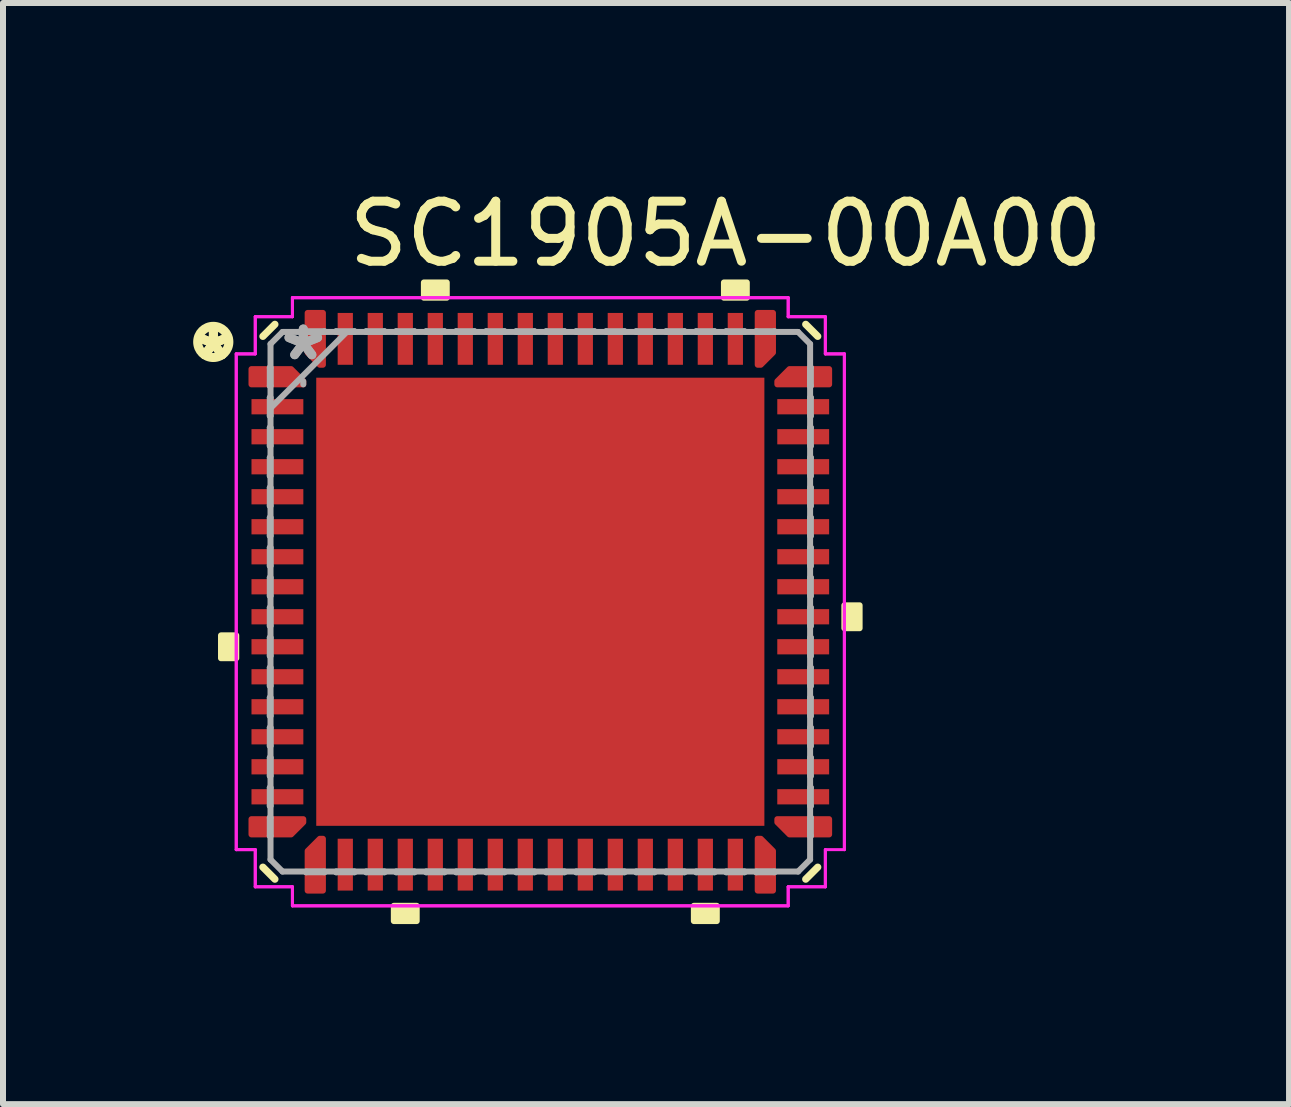
<source format=kicad_pcb>
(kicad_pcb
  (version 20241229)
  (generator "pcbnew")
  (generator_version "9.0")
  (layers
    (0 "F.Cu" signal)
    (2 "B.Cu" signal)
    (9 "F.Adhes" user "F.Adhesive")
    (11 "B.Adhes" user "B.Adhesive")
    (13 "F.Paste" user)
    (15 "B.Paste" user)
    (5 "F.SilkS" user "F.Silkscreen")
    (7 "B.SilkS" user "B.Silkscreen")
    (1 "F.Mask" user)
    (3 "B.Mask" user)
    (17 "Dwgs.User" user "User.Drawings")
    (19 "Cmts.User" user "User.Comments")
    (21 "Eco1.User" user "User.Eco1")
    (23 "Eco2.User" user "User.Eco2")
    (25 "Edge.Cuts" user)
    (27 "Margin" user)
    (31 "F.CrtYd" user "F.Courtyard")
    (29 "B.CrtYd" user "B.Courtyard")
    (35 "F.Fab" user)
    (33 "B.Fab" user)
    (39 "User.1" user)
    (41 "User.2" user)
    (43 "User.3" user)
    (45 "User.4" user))
  (footprint "SC1905A-00A00"
    (layer "F.Cu")
    (at 5.954 6.978)
    (property "Reference" "SC1905A-00A00" (at 3.09 -6.13 0) (layer "F.SilkS") (effects (font (size 1 1) (thickness 0.15))))
    (attr through_hole)
    (fp_poly (pts (xy -4.813 -3.877) (xy -4.813 -3.623) (xy -3.95 -3.623) (xy -3.95 -3.674) (xy -4.153 -3.877)) (stroke (width 0.1) (type solid)) (fill yes) (layer "F.Cu"))
    (fp_poly (pts (xy -4.813 3.623) (xy -4.813 3.877) (xy -4.153 3.877) (xy -3.95 3.674) (xy -3.95 3.623)) (stroke (width 0.1) (type solid)) (fill yes) (layer "F.Cu"))
    (fp_poly (pts (xy -3.877 4.153) (xy -3.877 4.813) (xy -3.623 4.813) (xy -3.623 3.95) (xy -3.674 3.95)) (stroke (width 0.1) (type solid)) (fill yes) (layer "F.Cu"))
    (fp_poly (pts (xy -3.877 -4.813) (xy -3.877 -4.153) (xy -3.674 -3.95) (xy -3.623 -3.95) (xy -3.623 -4.813)) (stroke (width 0.1) (type solid)) (fill yes) (layer "F.Cu"))
    (fp_poly (pts (xy 3.623 -4.813) (xy 3.623 -3.95) (xy 3.674 -3.95) (xy 3.877 -4.153) (xy 3.877 -4.813)) (stroke (width 0.1) (type solid)) (fill yes) (layer "F.Cu"))
    (fp_poly (pts (xy 3.623 3.95) (xy 3.623 4.813) (xy 3.877 4.813) (xy 3.877 4.153) (xy 3.674 3.95)) (stroke (width 0.1) (type solid)) (fill yes) (layer "F.Cu"))
    (fp_poly (pts (xy 3.95 -3.674) (xy 3.95 -3.623) (xy 4.813 -3.623) (xy 4.813 -3.877) (xy 4.153 -3.877)) (stroke (width 0.1) (type solid)) (fill yes) (layer "F.Cu"))
    (fp_poly (pts (xy 3.95 3.623) (xy 3.95 3.674) (xy 4.153 3.877) (xy 4.813 3.877) (xy 4.813 3.623)) (stroke (width 0.1) (type solid)) (fill yes) (layer "F.Cu"))
    (fp_poly (pts (xy -4.813 -3.877) (xy -4.813 -3.623) (xy -3.95 -3.623) (xy -3.95 -3.674) (xy -4.153 -3.877)) (stroke (width 0.1) (type solid)) (fill yes) (layer "F.Mask"))
    (fp_poly (pts (xy -4.813 3.623) (xy -4.813 3.877) (xy -4.153 3.877) (xy -3.95 3.674) (xy -3.95 3.623)) (stroke (width 0.1) (type solid)) (fill yes) (layer "F.Mask"))
    (fp_poly (pts (xy -3.877 4.153) (xy -3.877 4.813) (xy -3.623 4.813) (xy -3.623 3.95) (xy -3.674 3.95)) (stroke (width 0.1) (type solid)) (fill yes) (layer "F.Mask"))
    (fp_poly (pts (xy -3.877 -4.813) (xy -3.877 -4.153) (xy -3.674 -3.95) (xy -3.623 -3.95) (xy -3.623 -4.813)) (stroke (width 0.1) (type solid)) (fill yes) (layer "F.Mask"))
    (fp_poly (pts (xy 3.623 -4.813) (xy 3.623 -3.95) (xy 3.674 -3.95) (xy 3.877 -4.153) (xy 3.877 -4.813)) (stroke (width 0.1) (type solid)) (fill yes) (layer "F.Mask"))
    (fp_poly (pts (xy 3.623 3.95) (xy 3.623 4.813) (xy 3.877 4.813) (xy 3.877 4.153) (xy 3.674 3.95)) (stroke (width 0.1) (type solid)) (fill yes) (layer "F.Mask"))
    (fp_poly (pts (xy 3.95 -3.674) (xy 3.95 -3.623) (xy 4.813 -3.623) (xy 4.813 -3.877) (xy 4.153 -3.877)) (stroke (width 0.1) (type solid)) (fill yes) (layer "F.Mask"))
    (fp_poly (pts (xy 3.95 3.623) (xy 3.95 3.674) (xy 4.153 3.877) (xy 4.813 3.877) (xy 4.813 3.623)) (stroke (width 0.1) (type solid)) (fill yes) (layer "F.Mask"))
    (fp_line (start -4.623 4.423) (end -4.423 4.623) (stroke (width 0.12) (type solid)) (layer "F.SilkS"))
    (fp_line (start -4.423 -4.623) (end -4.623 -4.423) (stroke (width 0.12) (type solid)) (layer "F.SilkS"))
    (fp_line (start 4.423 4.623) (end 4.623 4.423) (stroke (width 0.12) (type solid)) (layer "F.SilkS"))
    (fp_line (start 4.623 -4.423) (end 4.423 -4.623) (stroke (width 0.12) (type solid)) (layer "F.SilkS"))
    (fp_circle (center -5.45 -4.33) (end -5.19 -4.33) (stroke (width 0.15) (type solid)) (fill no) (layer "F.SilkS"))
    (fp_poly (pts (xy -5.321 0.56) (xy -5.321 0.941) (xy -5.067 0.941) (xy -5.067 0.56)) (stroke (width 0.1) (type solid)) (fill yes) (layer "F.SilkS"))
    (fp_poly (pts (xy -2.441 5.067) (xy -2.441 5.321) (xy -2.06 5.321) (xy -2.06 5.067)) (stroke (width 0.1) (type solid)) (fill yes) (layer "F.SilkS"))
    (fp_poly (pts (xy -1.94 -5.067) (xy -1.94 -5.321) (xy -1.559 -5.321) (xy -1.559 -5.067)) (stroke (width 0.1) (type solid)) (fill yes) (layer "F.SilkS"))
    (fp_poly (pts (xy 2.559 5.067) (xy 2.559 5.321) (xy 2.941 5.321) (xy 2.941 5.067)) (stroke (width 0.1) (type solid)) (fill yes) (layer "F.SilkS"))
    (fp_poly (pts (xy 3.06 -5.067) (xy 3.06 -5.321) (xy 3.441 -5.321) (xy 3.441 -5.067)) (stroke (width 0.1) (type solid)) (fill yes) (layer "F.SilkS"))
    (fp_poly (pts (xy 5.321 0.059) (xy 5.321 0.441) (xy 5.067 0.441) (xy 5.067 0.059)) (stroke (width 0.1) (type solid)) (fill yes) (layer "F.SilkS"))
    (fp_poly (pts (xy -3.634 -3.634) (xy -3.634 -2.34) (xy -2.34 -2.34) (xy -2.34 -3.634)) (stroke (width 0.1) (type solid)) (fill yes) (layer "F.Paste"))
    (fp_poly (pts (xy -3.634 -2.14) (xy -3.634 -0.847) (xy -2.34 -0.847) (xy -2.34 -2.14)) (stroke (width 0.1) (type solid)) (fill yes) (layer "F.Paste"))
    (fp_poly (pts (xy -3.634 -0.647) (xy -3.634 0.647) (xy -2.34 0.647) (xy -2.34 -0.647)) (stroke (width 0.1) (type solid)) (fill yes) (layer "F.Paste"))
    (fp_poly (pts (xy -3.634 0.847) (xy -3.634 2.14) (xy -2.34 2.14) (xy -2.34 0.847)) (stroke (width 0.1) (type solid)) (fill yes) (layer "F.Paste"))
    (fp_poly (pts (xy -3.634 2.34) (xy -3.634 3.634) (xy -2.34 3.634) (xy -2.34 2.34)) (stroke (width 0.1) (type solid)) (fill yes) (layer "F.Paste"))
    (fp_poly (pts (xy -2.14 -3.634) (xy -2.14 -2.34) (xy -0.847 -2.34) (xy -0.847 -3.634)) (stroke (width 0.1) (type solid)) (fill yes) (layer "F.Paste"))
    (fp_poly (pts (xy -2.14 -2.14) (xy -2.14 -0.847) (xy -0.847 -0.847) (xy -0.847 -2.14)) (stroke (width 0.1) (type solid)) (fill yes) (layer "F.Paste"))
    (fp_poly (pts (xy -2.14 -0.647) (xy -2.14 0.647) (xy -0.847 0.647) (xy -0.847 -0.647)) (stroke (width 0.1) (type solid)) (fill yes) (layer "F.Paste"))
    (fp_poly (pts (xy -2.14 0.847) (xy -2.14 2.14) (xy -0.847 2.14) (xy -0.847 0.847)) (stroke (width 0.1) (type solid)) (fill yes) (layer "F.Paste"))
    (fp_poly (pts (xy -2.14 2.34) (xy -2.14 3.634) (xy -0.847 3.634) (xy -0.847 2.34)) (stroke (width 0.1) (type solid)) (fill yes) (layer "F.Paste"))
    (fp_poly (pts (xy -0.647 -3.634) (xy -0.647 -2.34) (xy 0.647 -2.34) (xy 0.647 -3.634)) (stroke (width 0.1) (type solid)) (fill yes) (layer "F.Paste"))
    (fp_poly (pts (xy -0.647 -2.14) (xy -0.647 -0.847) (xy 0.647 -0.847) (xy 0.647 -2.14)) (stroke (width 0.1) (type solid)) (fill yes) (layer "F.Paste"))
    (fp_poly (pts (xy -0.647 -0.647) (xy -0.647 0.647) (xy 0.647 0.647) (xy 0.647 -0.647)) (stroke (width 0.1) (type solid)) (fill yes) (layer "F.Paste"))
    (fp_poly (pts (xy -0.647 0.847) (xy -0.647 2.14) (xy 0.647 2.14) (xy 0.647 0.847)) (stroke (width 0.1) (type solid)) (fill yes) (layer "F.Paste"))
    (fp_poly (pts (xy -0.647 2.34) (xy -0.647 3.634) (xy 0.647 3.634) (xy 0.647 2.34)) (stroke (width 0.1) (type solid)) (fill yes) (layer "F.Paste"))
    (fp_poly (pts (xy 0.847 -3.634) (xy 0.847 -2.34) (xy 2.14 -2.34) (xy 2.14 -3.634)) (stroke (width 0.1) (type solid)) (fill yes) (layer "F.Paste"))
    (fp_poly (pts (xy 0.847 -2.14) (xy 0.847 -0.847) (xy 2.14 -0.847) (xy 2.14 -2.14)) (stroke (width 0.1) (type solid)) (fill yes) (layer "F.Paste"))
    (fp_poly (pts (xy 0.847 -0.647) (xy 0.847 0.647) (xy 2.14 0.647) (xy 2.14 -0.647)) (stroke (width 0.1) (type solid)) (fill yes) (layer "F.Paste"))
    (fp_poly (pts (xy 0.847 0.847) (xy 0.847 2.14) (xy 2.14 2.14) (xy 2.14 0.847)) (stroke (width 0.1) (type solid)) (fill yes) (layer "F.Paste"))
    (fp_poly (pts (xy 0.847 2.34) (xy 0.847 3.634) (xy 2.14 3.634) (xy 2.14 2.34)) (stroke (width 0.1) (type solid)) (fill yes) (layer "F.Paste"))
    (fp_poly (pts (xy 2.34 -3.634) (xy 2.34 -2.34) (xy 3.634 -2.34) (xy 3.634 -3.634)) (stroke (width 0.1) (type solid)) (fill yes) (layer "F.Paste"))
    (fp_poly (pts (xy 2.34 -2.14) (xy 2.34 -0.847) (xy 3.634 -0.847) (xy 3.634 -2.14)) (stroke (width 0.1) (type solid)) (fill yes) (layer "F.Paste"))
    (fp_poly (pts (xy 2.34 -0.647) (xy 2.34 0.647) (xy 3.634 0.647) (xy 3.634 -0.647)) (stroke (width 0.1) (type solid)) (fill yes) (layer "F.Paste"))
    (fp_poly (pts (xy 2.34 0.847) (xy 2.34 2.14) (xy 3.634 2.14) (xy 3.634 0.847)) (stroke (width 0.1) (type solid)) (fill yes) (layer "F.Paste"))
    (fp_poly (pts (xy 2.34 2.34) (xy 2.34 3.634) (xy 3.634 3.634) (xy 3.634 2.34)) (stroke (width 0.1) (type solid)) (fill yes) (layer "F.Paste"))
    (fp_poly (pts (xy -4.813 -3.877) (xy -4.813 -3.623) (xy -3.95 -3.623) (xy -3.95 -3.674) (xy -4.153 -3.877)) (stroke (width 0.1) (type solid)) (fill yes) (layer "F.Paste"))
    (fp_poly (pts (xy -4.813 3.623) (xy -4.813 3.877) (xy -4.153 3.877) (xy -3.95 3.674) (xy -3.95 3.623)) (stroke (width 0.1) (type solid)) (fill yes) (layer "F.Paste"))
    (fp_poly (pts (xy -3.877 4.153) (xy -3.877 4.813) (xy -3.623 4.813) (xy -3.623 3.95) (xy -3.674 3.95)) (stroke (width 0.1) (type solid)) (fill yes) (layer "F.Paste"))
    (fp_poly (pts (xy -3.877 -4.813) (xy -3.877 -4.153) (xy -3.674 -3.95) (xy -3.623 -3.95) (xy -3.623 -4.813)) (stroke (width 0.1) (type solid)) (fill yes) (layer "F.Paste"))
    (fp_poly (pts (xy 3.623 -4.813) (xy 3.623 -3.95) (xy 3.674 -3.95) (xy 3.877 -4.153) (xy 3.877 -4.813)) (stroke (width 0.1) (type solid)) (fill yes) (layer "F.Paste"))
    (fp_poly (pts (xy 3.623 3.95) (xy 3.623 4.813) (xy 3.877 4.813) (xy 3.877 4.153) (xy 3.674 3.95)) (stroke (width 0.1) (type solid)) (fill yes) (layer "F.Paste"))
    (fp_poly (pts (xy 3.95 -3.674) (xy 3.95 -3.623) (xy 4.813 -3.623) (xy 4.813 -3.877) (xy 4.153 -3.877)) (stroke (width 0.1) (type solid)) (fill yes) (layer "F.Paste"))
    (fp_poly (pts (xy 3.95 3.623) (xy 3.95 3.674) (xy 4.153 3.877) (xy 4.813 3.877) (xy 4.813 3.623)) (stroke (width 0.1) (type solid)) (fill yes) (layer "F.Paste"))
    (fp_line (start -5.067 -4.131) (end -4.75 -4.131) (stroke (width 0.05) (type solid)) (layer "F.CrtYd"))
    (fp_line (start -5.067 -4.131) (end -4.75 -4.131) (stroke (width 0.05) (type solid)) (layer "F.CrtYd"))
    (fp_line (start -5.067 4.131) (end -5.067 -4.131) (stroke (width 0.05) (type solid)) (layer "F.CrtYd"))
    (fp_line (start -5.067 4.131) (end -5.067 -4.131) (stroke (width 0.05) (type solid)) (layer "F.CrtYd"))
    (fp_line (start -4.75 -4.75) (end -4.131 -4.75) (stroke (width 0.05) (type solid)) (layer "F.CrtYd"))
    (fp_line (start -4.75 -4.75) (end -4.131 -4.75) (stroke (width 0.05) (type solid)) (layer "F.CrtYd"))
    (fp_line (start -4.75 -4.131) (end -4.75 -4.75) (stroke (width 0.05) (type solid)) (layer "F.CrtYd"))
    (fp_line (start -4.75 -4.131) (end -4.75 -4.75) (stroke (width 0.05) (type solid)) (layer "F.CrtYd"))
    (fp_line (start -4.75 4.131) (end -5.067 4.131) (stroke (width 0.05) (type solid)) (layer "F.CrtYd"))
    (fp_line (start -4.75 4.131) (end -5.067 4.131) (stroke (width 0.05) (type solid)) (layer "F.CrtYd"))
    (fp_line (start -4.75 4.75) (end -4.75 4.131) (stroke (width 0.05) (type solid)) (layer "F.CrtYd"))
    (fp_line (start -4.75 4.75) (end -4.75 4.131) (stroke (width 0.05) (type solid)) (layer "F.CrtYd"))
    (fp_line (start -4.131 -5.067) (end 4.131 -5.067) (stroke (width 0.05) (type solid)) (layer "F.CrtYd"))
    (fp_line (start -4.131 -5.067) (end 4.131 -5.067) (stroke (width 0.05) (type solid)) (layer "F.CrtYd"))
    (fp_line (start -4.131 -4.75) (end -4.131 -5.067) (stroke (width 0.05) (type solid)) (layer "F.CrtYd"))
    (fp_line (start -4.131 -4.75) (end -4.131 -5.067) (stroke (width 0.05) (type solid)) (layer "F.CrtYd"))
    (fp_line (start -4.131 4.75) (end -4.75 4.75) (stroke (width 0.05) (type solid)) (layer "F.CrtYd"))
    (fp_line (start -4.131 4.75) (end -4.75 4.75) (stroke (width 0.05) (type solid)) (layer "F.CrtYd"))
    (fp_line (start -4.131 5.067) (end -4.131 4.75) (stroke (width 0.05) (type solid)) (layer "F.CrtYd"))
    (fp_line (start -4.131 5.067) (end -4.131 4.75) (stroke (width 0.05) (type solid)) (layer "F.CrtYd"))
    (fp_line (start 4.131 -5.067) (end 4.131 -4.75) (stroke (width 0.05) (type solid)) (layer "F.CrtYd"))
    (fp_line (start 4.131 -5.067) (end 4.131 -4.75) (stroke (width 0.05) (type solid)) (layer "F.CrtYd"))
    (fp_line (start 4.131 -4.75) (end 4.75 -4.75) (stroke (width 0.05) (type solid)) (layer "F.CrtYd"))
    (fp_line (start 4.131 -4.75) (end 4.75 -4.75) (stroke (width 0.05) (type solid)) (layer "F.CrtYd"))
    (fp_line (start 4.131 4.75) (end 4.131 5.067) (stroke (width 0.05) (type solid)) (layer "F.CrtYd"))
    (fp_line (start 4.131 4.75) (end 4.131 5.067) (stroke (width 0.05) (type solid)) (layer "F.CrtYd"))
    (fp_line (start 4.131 5.067) (end -4.131 5.067) (stroke (width 0.05) (type solid)) (layer "F.CrtYd"))
    (fp_line (start 4.131 5.067) (end -4.131 5.067) (stroke (width 0.05) (type solid)) (layer "F.CrtYd"))
    (fp_line (start 4.75 -4.75) (end 4.75 -4.131) (stroke (width 0.05) (type solid)) (layer "F.CrtYd"))
    (fp_line (start 4.75 -4.75) (end 4.75 -4.131) (stroke (width 0.05) (type solid)) (layer "F.CrtYd"))
    (fp_line (start 4.75 -4.131) (end 5.067 -4.131) (stroke (width 0.05) (type solid)) (layer "F.CrtYd"))
    (fp_line (start 4.75 -4.131) (end 5.067 -4.131) (stroke (width 0.05) (type solid)) (layer "F.CrtYd"))
    (fp_line (start 4.75 4.131) (end 4.75 4.75) (stroke (width 0.05) (type solid)) (layer "F.CrtYd"))
    (fp_line (start 4.75 4.131) (end 4.75 4.75) (stroke (width 0.05) (type solid)) (layer "F.CrtYd"))
    (fp_line (start 4.75 4.75) (end 4.131 4.75) (stroke (width 0.05) (type solid)) (layer "F.CrtYd"))
    (fp_line (start 4.75 4.75) (end 4.131 4.75) (stroke (width 0.05) (type solid)) (layer "F.CrtYd"))
    (fp_line (start 5.067 -4.131) (end 5.067 4.131) (stroke (width 0.05) (type solid)) (layer "F.CrtYd"))
    (fp_line (start 5.067 -4.131) (end 5.067 4.131) (stroke (width 0.05) (type solid)) (layer "F.CrtYd"))
    (fp_line (start 5.067 4.131) (end 4.75 4.131) (stroke (width 0.05) (type solid)) (layer "F.CrtYd"))
    (fp_line (start -4.508 -3.902) (end -4.508 -3.598) (stroke (width 0.1) (type solid)) (layer "F.Fab"))
    (fp_line (start -4.508 -3.598) (end -4.496 -3.598) (stroke (width 0.1) (type solid)) (layer "F.Fab"))
    (fp_line (start -4.508 -3.402) (end -4.508 -3.098) (stroke (width 0.1) (type solid)) (layer "F.Fab"))
    (fp_line (start -4.508 -3.098) (end -4.496 -3.098) (stroke (width 0.1) (type solid)) (layer "F.Fab"))
    (fp_line (start -4.508 -2.902) (end -4.508 -2.598) (stroke (width 0.1) (type solid)) (layer "F.Fab"))
    (fp_line (start -4.508 -2.598) (end -4.496 -2.598) (stroke (width 0.1) (type solid)) (layer "F.Fab"))
    (fp_line (start -4.508 -2.402) (end -4.508 -2.098) (stroke (width 0.1) (type solid)) (layer "F.Fab"))
    (fp_line (start -4.508 -2.098) (end -4.496 -2.098) (stroke (width 0.1) (type solid)) (layer "F.Fab"))
    (fp_line (start -4.508 -1.902) (end -4.508 -1.598) (stroke (width 0.1) (type solid)) (layer "F.Fab"))
    (fp_line (start -4.508 -1.598) (end -4.496 -1.598) (stroke (width 0.1) (type solid)) (layer "F.Fab"))
    (fp_line (start -4.508 -1.402) (end -4.508 -1.098) (stroke (width 0.1) (type solid)) (layer "F.Fab"))
    (fp_line (start -4.508 -1.098) (end -4.496 -1.098) (stroke (width 0.1) (type solid)) (layer "F.Fab"))
    (fp_line (start -4.508 -0.902) (end -4.508 -0.598) (stroke (width 0.1) (type solid)) (layer "F.Fab"))
    (fp_line (start -4.508 -0.598) (end -4.496 -0.598) (stroke (width 0.1) (type solid)) (layer "F.Fab"))
    (fp_line (start -4.508 -0.402) (end -4.508 -0.098) (stroke (width 0.1) (type solid)) (layer "F.Fab"))
    (fp_line (start -4.508 -0.098) (end -4.496 -0.098) (stroke (width 0.1) (type solid)) (layer "F.Fab"))
    (fp_line (start -4.508 0.098) (end -4.508 0.402) (stroke (width 0.1) (type solid)) (layer "F.Fab"))
    (fp_line (start -4.508 0.402) (end -4.496 0.402) (stroke (width 0.1) (type solid)) (layer "F.Fab"))
    (fp_line (start -4.508 0.598) (end -4.508 0.902) (stroke (width 0.1) (type solid)) (layer "F.Fab"))
    (fp_line (start -4.508 0.902) (end -4.496 0.902) (stroke (width 0.1) (type solid)) (layer "F.Fab"))
    (fp_line (start -4.508 1.098) (end -4.508 1.402) (stroke (width 0.1) (type solid)) (layer "F.Fab"))
    (fp_line (start -4.508 1.402) (end -4.496 1.402) (stroke (width 0.1) (type solid)) (layer "F.Fab"))
    (fp_line (start -4.508 1.598) (end -4.508 1.902) (stroke (width 0.1) (type solid)) (layer "F.Fab"))
    (fp_line (start -4.508 1.902) (end -4.496 1.902) (stroke (width 0.1) (type solid)) (layer "F.Fab"))
    (fp_line (start -4.508 2.098) (end -4.508 2.402) (stroke (width 0.1) (type solid)) (layer "F.Fab"))
    (fp_line (start -4.508 2.402) (end -4.496 2.402) (stroke (width 0.1) (type solid)) (layer "F.Fab"))
    (fp_line (start -4.508 2.598) (end -4.508 2.902) (stroke (width 0.1) (type solid)) (layer "F.Fab"))
    (fp_line (start -4.508 2.902) (end -4.496 2.902) (stroke (width 0.1) (type solid)) (layer "F.Fab"))
    (fp_line (start -4.508 3.098) (end -4.508 3.402) (stroke (width 0.1) (type solid)) (layer "F.Fab"))
    (fp_line (start -4.508 3.402) (end -4.496 3.402) (stroke (width 0.1) (type solid)) (layer "F.Fab"))
    (fp_line (start -4.508 3.598) (end -4.508 3.902) (stroke (width 0.1) (type solid)) (layer "F.Fab"))
    (fp_line (start -4.508 3.902) (end -4.496 3.902) (stroke (width 0.1) (type solid)) (layer "F.Fab"))
    (fp_line (start -4.496 -4.296) (end -4.496 4.296) (stroke (width 0.1) (type solid)) (layer "F.Fab"))
    (fp_line (start -4.496 -3.902) (end -4.508 -3.902) (stroke (width 0.1) (type solid)) (layer "F.Fab"))
    (fp_line (start -4.496 -3.598) (end -4.496 -3.902) (stroke (width 0.1) (type solid)) (layer "F.Fab"))
    (fp_line (start -4.496 -3.402) (end -4.508 -3.402) (stroke (width 0.1) (type solid)) (layer "F.Fab"))
    (fp_line (start -4.496 -3.226) (end -3.226 -4.496) (stroke (width 0.1) (type solid)) (layer "F.Fab"))
    (fp_line (start -4.496 -3.098) (end -4.496 -3.402) (stroke (width 0.1) (type solid)) (layer "F.Fab"))
    (fp_line (start -4.496 -2.902) (end -4.508 -2.902) (stroke (width 0.1) (type solid)) (layer "F.Fab"))
    (fp_line (start -4.496 -2.598) (end -4.496 -2.902) (stroke (width 0.1) (type solid)) (layer "F.Fab"))
    (fp_line (start -4.496 -2.402) (end -4.508 -2.402) (stroke (width 0.1) (type solid)) (layer "F.Fab"))
    (fp_line (start -4.496 -2.098) (end -4.496 -2.402) (stroke (width 0.1) (type solid)) (layer "F.Fab"))
    (fp_line (start -4.496 -1.902) (end -4.508 -1.902) (stroke (width 0.1) (type solid)) (layer "F.Fab"))
    (fp_line (start -4.496 -1.598) (end -4.496 -1.902) (stroke (width 0.1) (type solid)) (layer "F.Fab"))
    (fp_line (start -4.496 -1.402) (end -4.508 -1.402) (stroke (width 0.1) (type solid)) (layer "F.Fab"))
    (fp_line (start -4.496 -1.098) (end -4.496 -1.402) (stroke (width 0.1) (type solid)) (layer "F.Fab"))
    (fp_line (start -4.496 -0.902) (end -4.508 -0.902) (stroke (width 0.1) (type solid)) (layer "F.Fab"))
    (fp_line (start -4.496 -0.598) (end -4.496 -0.902) (stroke (width 0.1) (type solid)) (layer "F.Fab"))
    (fp_line (start -4.496 -0.402) (end -4.508 -0.402) (stroke (width 0.1) (type solid)) (layer "F.Fab"))
    (fp_line (start -4.496 -0.098) (end -4.496 -0.402) (stroke (width 0.1) (type solid)) (layer "F.Fab"))
    (fp_line (start -4.496 0.098) (end -4.508 0.098) (stroke (width 0.1) (type solid)) (layer "F.Fab"))
    (fp_line (start -4.496 0.402) (end -4.496 0.098) (stroke (width 0.1) (type solid)) (layer "F.Fab"))
    (fp_line (start -4.496 0.598) (end -4.508 0.598) (stroke (width 0.1) (type solid)) (layer "F.Fab"))
    (fp_line (start -4.496 0.902) (end -4.496 0.598) (stroke (width 0.1) (type solid)) (layer "F.Fab"))
    (fp_line (start -4.496 1.098) (end -4.508 1.098) (stroke (width 0.1) (type solid)) (layer "F.Fab"))
    (fp_line (start -4.496 1.402) (end -4.496 1.098) (stroke (width 0.1) (type solid)) (layer "F.Fab"))
    (fp_line (start -4.496 1.598) (end -4.508 1.598) (stroke (width 0.1) (type solid)) (layer "F.Fab"))
    (fp_line (start -4.496 1.902) (end -4.496 1.598) (stroke (width 0.1) (type solid)) (layer "F.Fab"))
    (fp_line (start -4.496 2.098) (end -4.508 2.098) (stroke (width 0.1) (type solid)) (layer "F.Fab"))
    (fp_line (start -4.496 2.402) (end -4.496 2.098) (stroke (width 0.1) (type solid)) (layer "F.Fab"))
    (fp_line (start -4.496 2.598) (end -4.508 2.598) (stroke (width 0.1) (type solid)) (layer "F.Fab"))
    (fp_line (start -4.496 2.902) (end -4.496 2.598) (stroke (width 0.1) (type solid)) (layer "F.Fab"))
    (fp_line (start -4.496 3.098) (end -4.508 3.098) (stroke (width 0.1) (type solid)) (layer "F.Fab"))
    (fp_line (start -4.496 3.402) (end -4.496 3.098) (stroke (width 0.1) (type solid)) (layer "F.Fab"))
    (fp_line (start -4.496 3.598) (end -4.508 3.598) (stroke (width 0.1) (type solid)) (layer "F.Fab"))
    (fp_line (start -4.496 3.902) (end -4.496 3.598) (stroke (width 0.1) (type solid)) (layer "F.Fab"))
    (fp_line (start -4.496 4.296) (end -4.296 4.496) (stroke (width 0.1) (type solid)) (layer "F.Fab"))
    (fp_line (start -4.296 -4.496) (end -4.496 -4.296) (stroke (width 0.1) (type solid)) (layer "F.Fab"))
    (fp_line (start -4.296 4.496) (end 4.296 4.496) (stroke (width 0.1) (type solid)) (layer "F.Fab"))
    (fp_line (start -3.95 -3.623) (end -3.95 -3.674) (stroke (width 0.1) (type solid)) (layer "F.Fab"))
    (fp_line (start -3.902 -4.508) (end -3.902 -4.496) (stroke (width 0.1) (type solid)) (layer "F.Fab"))
    (fp_line (start -3.902 -4.496) (end -3.598 -4.496) (stroke (width 0.1) (type solid)) (layer "F.Fab"))
    (fp_line (start -3.902 4.496) (end -3.902 4.508) (stroke (width 0.1) (type solid)) (layer "F.Fab"))
    (fp_line (start -3.902 4.508) (end -3.598 4.508) (stroke (width 0.1) (type solid)) (layer "F.Fab"))
    (fp_line (start -3.598 -4.508) (end -3.902 -4.508) (stroke (width 0.1) (type solid)) (layer "F.Fab"))
    (fp_line (start -3.598 -4.496) (end -3.598 -4.508) (stroke (width 0.1) (type solid)) (layer "F.Fab"))
    (fp_line (start -3.598 4.496) (end -3.902 4.496) (stroke (width 0.1) (type solid)) (layer "F.Fab"))
    (fp_line (start -3.598 4.508) (end -3.598 4.496) (stroke (width 0.1) (type solid)) (layer "F.Fab"))
    (fp_line (start -3.402 -4.508) (end -3.402 -4.496) (stroke (width 0.1) (type solid)) (layer "F.Fab"))
    (fp_line (start -3.402 -4.496) (end -3.098 -4.496) (stroke (width 0.1) (type solid)) (layer "F.Fab"))
    (fp_line (start -3.402 4.496) (end -3.402 4.508) (stroke (width 0.1) (type solid)) (layer "F.Fab"))
    (fp_line (start -3.402 4.508) (end -3.098 4.508) (stroke (width 0.1) (type solid)) (layer "F.Fab"))
    (fp_line (start -3.098 -4.508) (end -3.402 -4.508) (stroke (width 0.1) (type solid)) (layer "F.Fab"))
    (fp_line (start -3.098 -4.496) (end -3.098 -4.508) (stroke (width 0.1) (type solid)) (layer "F.Fab"))
    (fp_line (start -3.098 4.496) (end -3.402 4.496) (stroke (width 0.1) (type solid)) (layer "F.Fab"))
    (fp_line (start -3.098 4.508) (end -3.098 4.496) (stroke (width 0.1) (type solid)) (layer "F.Fab"))
    (fp_line (start -2.902 -4.508) (end -2.902 -4.496) (stroke (width 0.1) (type solid)) (layer "F.Fab"))
    (fp_line (start -2.902 -4.496) (end -2.598 -4.496) (stroke (width 0.1) (type solid)) (layer "F.Fab"))
    (fp_line (start -2.902 4.496) (end -2.902 4.508) (stroke (width 0.1) (type solid)) (layer "F.Fab"))
    (fp_line (start -2.902 4.508) (end -2.598 4.508) (stroke (width 0.1) (type solid)) (layer "F.Fab"))
    (fp_line (start -2.598 -4.508) (end -2.902 -4.508) (stroke (width 0.1) (type solid)) (layer "F.Fab"))
    (fp_line (start -2.598 -4.496) (end -2.598 -4.508) (stroke (width 0.1) (type solid)) (layer "F.Fab"))
    (fp_line (start -2.598 4.496) (end -2.902 4.496) (stroke (width 0.1) (type solid)) (layer "F.Fab"))
    (fp_line (start -2.598 4.508) (end -2.598 4.496) (stroke (width 0.1) (type solid)) (layer "F.Fab"))
    (fp_line (start -2.402 -4.508) (end -2.402 -4.496) (stroke (width 0.1) (type solid)) (layer "F.Fab"))
    (fp_line (start -2.402 -4.496) (end -2.098 -4.496) (stroke (width 0.1) (type solid)) (layer "F.Fab"))
    (fp_line (start -2.402 4.496) (end -2.402 4.508) (stroke (width 0.1) (type solid)) (layer "F.Fab"))
    (fp_line (start -2.402 4.508) (end -2.098 4.508) (stroke (width 0.1) (type solid)) (layer "F.Fab"))
    (fp_line (start -2.098 -4.508) (end -2.402 -4.508) (stroke (width 0.1) (type solid)) (layer "F.Fab"))
    (fp_line (start -2.098 -4.496) (end -2.098 -4.508) (stroke (width 0.1) (type solid)) (layer "F.Fab"))
    (fp_line (start -2.098 4.496) (end -2.402 4.496) (stroke (width 0.1) (type solid)) (layer "F.Fab"))
    (fp_line (start -2.098 4.508) (end -2.098 4.496) (stroke (width 0.1) (type solid)) (layer "F.Fab"))
    (fp_line (start -1.902 -4.508) (end -1.902 -4.496) (stroke (width 0.1) (type solid)) (layer "F.Fab"))
    (fp_line (start -1.902 -4.496) (end -1.598 -4.496) (stroke (width 0.1) (type solid)) (layer "F.Fab"))
    (fp_line (start -1.902 4.496) (end -1.902 4.508) (stroke (width 0.1) (type solid)) (layer "F.Fab"))
    (fp_line (start -1.902 4.508) (end -1.598 4.508) (stroke (width 0.1) (type solid)) (layer "F.Fab"))
    (fp_line (start -1.598 -4.508) (end -1.902 -4.508) (stroke (width 0.1) (type solid)) (layer "F.Fab"))
    (fp_line (start -1.598 -4.496) (end -1.598 -4.508) (stroke (width 0.1) (type solid)) (layer "F.Fab"))
    (fp_line (start -1.598 4.496) (end -1.902 4.496) (stroke (width 0.1) (type solid)) (layer "F.Fab"))
    (fp_line (start -1.598 4.508) (end -1.598 4.496) (stroke (width 0.1) (type solid)) (layer "F.Fab"))
    (fp_line (start -1.402 -4.508) (end -1.402 -4.496) (stroke (width 0.1) (type solid)) (layer "F.Fab"))
    (fp_line (start -1.402 -4.496) (end -1.098 -4.496) (stroke (width 0.1) (type solid)) (layer "F.Fab"))
    (fp_line (start -1.402 4.496) (end -1.402 4.508) (stroke (width 0.1) (type solid)) (layer "F.Fab"))
    (fp_line (start -1.402 4.508) (end -1.098 4.508) (stroke (width 0.1) (type solid)) (layer "F.Fab"))
    (fp_line (start -1.098 -4.508) (end -1.402 -4.508) (stroke (width 0.1) (type solid)) (layer "F.Fab"))
    (fp_line (start -1.098 -4.496) (end -1.098 -4.508) (stroke (width 0.1) (type solid)) (layer "F.Fab"))
    (fp_line (start -1.098 4.496) (end -1.402 4.496) (stroke (width 0.1) (type solid)) (layer "F.Fab"))
    (fp_line (start -1.098 4.508) (end -1.098 4.496) (stroke (width 0.1) (type solid)) (layer "F.Fab"))
    (fp_line (start -0.902 -4.508) (end -0.902 -4.496) (stroke (width 0.1) (type solid)) (layer "F.Fab"))
    (fp_line (start -0.902 -4.496) (end -0.598 -4.496) (stroke (width 0.1) (type solid)) (layer "F.Fab"))
    (fp_line (start -0.902 4.496) (end -0.902 4.508) (stroke (width 0.1) (type solid)) (layer "F.Fab"))
    (fp_line (start -0.902 4.508) (end -0.598 4.508) (stroke (width 0.1) (type solid)) (layer "F.Fab"))
    (fp_line (start -0.598 -4.508) (end -0.902 -4.508) (stroke (width 0.1) (type solid)) (layer "F.Fab"))
    (fp_line (start -0.598 -4.496) (end -0.598 -4.508) (stroke (width 0.1) (type solid)) (layer "F.Fab"))
    (fp_line (start -0.598 4.496) (end -0.902 4.496) (stroke (width 0.1) (type solid)) (layer "F.Fab"))
    (fp_line (start -0.598 4.508) (end -0.598 4.496) (stroke (width 0.1) (type solid)) (layer "F.Fab"))
    (fp_line (start -0.402 -4.508) (end -0.402 -4.496) (stroke (width 0.1) (type solid)) (layer "F.Fab"))
    (fp_line (start -0.402 -4.496) (end -0.098 -4.496) (stroke (width 0.1) (type solid)) (layer "F.Fab"))
    (fp_line (start -0.402 4.496) (end -0.402 4.508) (stroke (width 0.1) (type solid)) (layer "F.Fab"))
    (fp_line (start -0.402 4.508) (end -0.098 4.508) (stroke (width 0.1) (type solid)) (layer "F.Fab"))
    (fp_line (start -0.098 -4.508) (end -0.402 -4.508) (stroke (width 0.1) (type solid)) (layer "F.Fab"))
    (fp_line (start -0.098 -4.496) (end -0.098 -4.508) (stroke (width 0.1) (type solid)) (layer "F.Fab"))
    (fp_line (start -0.098 4.496) (end -0.402 4.496) (stroke (width 0.1) (type solid)) (layer "F.Fab"))
    (fp_line (start -0.098 4.508) (end -0.098 4.496) (stroke (width 0.1) (type solid)) (layer "F.Fab"))
    (fp_line (start 0.098 -4.508) (end 0.098 -4.496) (stroke (width 0.1) (type solid)) (layer "F.Fab"))
    (fp_line (start 0.098 -4.496) (end 0.402 -4.496) (stroke (width 0.1) (type solid)) (layer "F.Fab"))
    (fp_line (start 0.098 4.496) (end 0.098 4.508) (stroke (width 0.1) (type solid)) (layer "F.Fab"))
    (fp_line (start 0.098 4.508) (end 0.402 4.508) (stroke (width 0.1) (type solid)) (layer "F.Fab"))
    (fp_line (start 0.402 -4.508) (end 0.098 -4.508) (stroke (width 0.1) (type solid)) (layer "F.Fab"))
    (fp_line (start 0.402 -4.496) (end 0.402 -4.508) (stroke (width 0.1) (type solid)) (layer "F.Fab"))
    (fp_line (start 0.402 4.496) (end 0.098 4.496) (stroke (width 0.1) (type solid)) (layer "F.Fab"))
    (fp_line (start 0.402 4.508) (end 0.402 4.496) (stroke (width 0.1) (type solid)) (layer "F.Fab"))
    (fp_line (start 0.598 -4.508) (end 0.598 -4.496) (stroke (width 0.1) (type solid)) (layer "F.Fab"))
    (fp_line (start 0.598 -4.496) (end 0.902 -4.496) (stroke (width 0.1) (type solid)) (layer "F.Fab"))
    (fp_line (start 0.598 4.496) (end 0.598 4.508) (stroke (width 0.1) (type solid)) (layer "F.Fab"))
    (fp_line (start 0.598 4.508) (end 0.902 4.508) (stroke (width 0.1) (type solid)) (layer "F.Fab"))
    (fp_line (start 0.902 -4.508) (end 0.598 -4.508) (stroke (width 0.1) (type solid)) (layer "F.Fab"))
    (fp_line (start 0.902 -4.496) (end 0.902 -4.508) (stroke (width 0.1) (type solid)) (layer "F.Fab"))
    (fp_line (start 0.902 4.496) (end 0.598 4.496) (stroke (width 0.1) (type solid)) (layer "F.Fab"))
    (fp_line (start 0.902 4.508) (end 0.902 4.496) (stroke (width 0.1) (type solid)) (layer "F.Fab"))
    (fp_line (start 1.098 -4.508) (end 1.098 -4.496) (stroke (width 0.1) (type solid)) (layer "F.Fab"))
    (fp_line (start 1.098 -4.496) (end 1.402 -4.496) (stroke (width 0.1) (type solid)) (layer "F.Fab"))
    (fp_line (start 1.098 4.496) (end 1.098 4.508) (stroke (width 0.1) (type solid)) (layer "F.Fab"))
    (fp_line (start 1.098 4.508) (end 1.402 4.508) (stroke (width 0.1) (type solid)) (layer "F.Fab"))
    (fp_line (start 1.402 -4.508) (end 1.098 -4.508) (stroke (width 0.1) (type solid)) (layer "F.Fab"))
    (fp_line (start 1.402 -4.496) (end 1.402 -4.508) (stroke (width 0.1) (type solid)) (layer "F.Fab"))
    (fp_line (start 1.402 4.496) (end 1.098 4.496) (stroke (width 0.1) (type solid)) (layer "F.Fab"))
    (fp_line (start 1.402 4.508) (end 1.402 4.496) (stroke (width 0.1) (type solid)) (layer "F.Fab"))
    (fp_line (start 1.598 -4.508) (end 1.598 -4.496) (stroke (width 0.1) (type solid)) (layer "F.Fab"))
    (fp_line (start 1.598 -4.496) (end 1.902 -4.496) (stroke (width 0.1) (type solid)) (layer "F.Fab"))
    (fp_line (start 1.598 4.496) (end 1.598 4.508) (stroke (width 0.1) (type solid)) (layer "F.Fab"))
    (fp_line (start 1.598 4.508) (end 1.902 4.508) (stroke (width 0.1) (type solid)) (layer "F.Fab"))
    (fp_line (start 1.902 -4.508) (end 1.598 -4.508) (stroke (width 0.1) (type solid)) (layer "F.Fab"))
    (fp_line (start 1.902 -4.496) (end 1.902 -4.508) (stroke (width 0.1) (type solid)) (layer "F.Fab"))
    (fp_line (start 1.902 4.496) (end 1.598 4.496) (stroke (width 0.1) (type solid)) (layer "F.Fab"))
    (fp_line (start 1.902 4.508) (end 1.902 4.496) (stroke (width 0.1) (type solid)) (layer "F.Fab"))
    (fp_line (start 2.098 -4.508) (end 2.098 -4.496) (stroke (width 0.1) (type solid)) (layer "F.Fab"))
    (fp_line (start 2.098 -4.496) (end 2.402 -4.496) (stroke (width 0.1) (type solid)) (layer "F.Fab"))
    (fp_line (start 2.098 4.496) (end 2.098 4.508) (stroke (width 0.1) (type solid)) (layer "F.Fab"))
    (fp_line (start 2.098 4.508) (end 2.402 4.508) (stroke (width 0.1) (type solid)) (layer "F.Fab"))
    (fp_line (start 2.402 -4.508) (end 2.098 -4.508) (stroke (width 0.1) (type solid)) (layer "F.Fab"))
    (fp_line (start 2.402 -4.496) (end 2.402 -4.508) (stroke (width 0.1) (type solid)) (layer "F.Fab"))
    (fp_line (start 2.402 4.496) (end 2.098 4.496) (stroke (width 0.1) (type solid)) (layer "F.Fab"))
    (fp_line (start 2.402 4.508) (end 2.402 4.496) (stroke (width 0.1) (type solid)) (layer "F.Fab"))
    (fp_line (start 2.598 -4.508) (end 2.598 -4.496) (stroke (width 0.1) (type solid)) (layer "F.Fab"))
    (fp_line (start 2.598 -4.496) (end 2.902 -4.496) (stroke (width 0.1) (type solid)) (layer "F.Fab"))
    (fp_line (start 2.598 4.496) (end 2.598 4.508) (stroke (width 0.1) (type solid)) (layer "F.Fab"))
    (fp_line (start 2.598 4.508) (end 2.902 4.508) (stroke (width 0.1) (type solid)) (layer "F.Fab"))
    (fp_line (start 2.902 -4.508) (end 2.598 -4.508) (stroke (width 0.1) (type solid)) (layer "F.Fab"))
    (fp_line (start 2.902 -4.496) (end 2.902 -4.508) (stroke (width 0.1) (type solid)) (layer "F.Fab"))
    (fp_line (start 2.902 4.496) (end 2.598 4.496) (stroke (width 0.1) (type solid)) (layer "F.Fab"))
    (fp_line (start 2.902 4.508) (end 2.902 4.496) (stroke (width 0.1) (type solid)) (layer "F.Fab"))
    (fp_line (start 3.098 -4.508) (end 3.098 -4.496) (stroke (width 0.1) (type solid)) (layer "F.Fab"))
    (fp_line (start 3.098 -4.496) (end 3.402 -4.496) (stroke (width 0.1) (type solid)) (layer "F.Fab"))
    (fp_line (start 3.098 4.496) (end 3.098 4.508) (stroke (width 0.1) (type solid)) (layer "F.Fab"))
    (fp_line (start 3.098 4.508) (end 3.402 4.508) (stroke (width 0.1) (type solid)) (layer "F.Fab"))
    (fp_line (start 3.402 -4.508) (end 3.098 -4.508) (stroke (width 0.1) (type solid)) (layer "F.Fab"))
    (fp_line (start 3.402 -4.496) (end 3.402 -4.508) (stroke (width 0.1) (type solid)) (layer "F.Fab"))
    (fp_line (start 3.402 4.496) (end 3.098 4.496) (stroke (width 0.1) (type solid)) (layer "F.Fab"))
    (fp_line (start 3.402 4.508) (end 3.402 4.496) (stroke (width 0.1) (type solid)) (layer "F.Fab"))
    (fp_line (start 3.598 -4.508) (end 3.598 -4.496) (stroke (width 0.1) (type solid)) (layer "F.Fab"))
    (fp_line (start 3.598 -4.496) (end 3.902 -4.496) (stroke (width 0.1) (type solid)) (layer "F.Fab"))
    (fp_line (start 3.598 4.496) (end 3.598 4.508) (stroke (width 0.1) (type solid)) (layer "F.Fab"))
    (fp_line (start 3.598 4.508) (end 3.902 4.508) (stroke (width 0.1) (type solid)) (layer "F.Fab"))
    (fp_line (start 3.902 -4.508) (end 3.598 -4.508) (stroke (width 0.1) (type solid)) (layer "F.Fab"))
    (fp_line (start 3.902 -4.496) (end 3.902 -4.508) (stroke (width 0.1) (type solid)) (layer "F.Fab"))
    (fp_line (start 3.902 4.496) (end 3.598 4.496) (stroke (width 0.1) (type solid)) (layer "F.Fab"))
    (fp_line (start 3.902 4.508) (end 3.902 4.496) (stroke (width 0.1) (type solid)) (layer "F.Fab"))
    (fp_line (start 4.296 -4.496) (end -4.296 -4.496) (stroke (width 0.1) (type solid)) (layer "F.Fab"))
    (fp_line (start 4.296 4.496) (end 4.496 4.296) (stroke (width 0.1) (type solid)) (layer "F.Fab"))
    (fp_line (start 4.496 -4.296) (end 4.296 -4.496) (stroke (width 0.1) (type solid)) (layer "F.Fab"))
    (fp_line (start 4.496 -3.902) (end 4.496 -3.598) (stroke (width 0.1) (type solid)) (layer "F.Fab"))
    (fp_line (start 4.496 -3.598) (end 4.508 -3.598) (stroke (width 0.1) (type solid)) (layer "F.Fab"))
    (fp_line (start 4.496 -3.402) (end 4.496 -3.098) (stroke (width 0.1) (type solid)) (layer "F.Fab"))
    (fp_line (start 4.496 -3.098) (end 4.508 -3.098) (stroke (width 0.1) (type solid)) (layer "F.Fab"))
    (fp_line (start 4.496 -2.902) (end 4.496 -2.598) (stroke (width 0.1) (type solid)) (layer "F.Fab"))
    (fp_line (start 4.496 -2.598) (end 4.508 -2.598) (stroke (width 0.1) (type solid)) (layer "F.Fab"))
    (fp_line (start 4.496 -2.402) (end 4.496 -2.098) (stroke (width 0.1) (type solid)) (layer "F.Fab"))
    (fp_line (start 4.496 -2.098) (end 4.508 -2.098) (stroke (width 0.1) (type solid)) (layer "F.Fab"))
    (fp_line (start 4.496 -1.902) (end 4.496 -1.598) (stroke (width 0.1) (type solid)) (layer "F.Fab"))
    (fp_line (start 4.496 -1.598) (end 4.508 -1.598) (stroke (width 0.1) (type solid)) (layer "F.Fab"))
    (fp_line (start 4.496 -1.402) (end 4.496 -1.098) (stroke (width 0.1) (type solid)) (layer "F.Fab"))
    (fp_line (start 4.496 -1.098) (end 4.508 -1.098) (stroke (width 0.1) (type solid)) (layer "F.Fab"))
    (fp_line (start 4.496 -0.902) (end 4.496 -0.598) (stroke (width 0.1) (type solid)) (layer "F.Fab"))
    (fp_line (start 4.496 -0.598) (end 4.508 -0.598) (stroke (width 0.1) (type solid)) (layer "F.Fab"))
    (fp_line (start 4.496 -0.402) (end 4.496 -0.098) (stroke (width 0.1) (type solid)) (layer "F.Fab"))
    (fp_line (start 4.496 -0.098) (end 4.508 -0.098) (stroke (width 0.1) (type solid)) (layer "F.Fab"))
    (fp_line (start 4.496 0.098) (end 4.496 0.402) (stroke (width 0.1) (type solid)) (layer "F.Fab"))
    (fp_line (start 4.496 0.402) (end 4.508 0.402) (stroke (width 0.1) (type solid)) (layer "F.Fab"))
    (fp_line (start 4.496 0.598) (end 4.496 0.902) (stroke (width 0.1) (type solid)) (layer "F.Fab"))
    (fp_line (start 4.496 0.902) (end 4.508 0.902) (stroke (width 0.1) (type solid)) (layer "F.Fab"))
    (fp_line (start 4.496 1.098) (end 4.496 1.402) (stroke (width 0.1) (type solid)) (layer "F.Fab"))
    (fp_line (start 4.496 1.402) (end 4.508 1.402) (stroke (width 0.1) (type solid)) (layer "F.Fab"))
    (fp_line (start 4.496 1.598) (end 4.496 1.902) (stroke (width 0.1) (type solid)) (layer "F.Fab"))
    (fp_line (start 4.496 1.902) (end 4.508 1.902) (stroke (width 0.1) (type solid)) (layer "F.Fab"))
    (fp_line (start 4.496 2.098) (end 4.496 2.402) (stroke (width 0.1) (type solid)) (layer "F.Fab"))
    (fp_line (start 4.496 2.402) (end 4.508 2.402) (stroke (width 0.1) (type solid)) (layer "F.Fab"))
    (fp_line (start 4.496 2.598) (end 4.496 2.902) (stroke (width 0.1) (type solid)) (layer "F.Fab"))
    (fp_line (start 4.496 2.902) (end 4.508 2.902) (stroke (width 0.1) (type solid)) (layer "F.Fab"))
    (fp_line (start 4.496 3.098) (end 4.496 3.402) (stroke (width 0.1) (type solid)) (layer "F.Fab"))
    (fp_line (start 4.496 3.402) (end 4.508 3.402) (stroke (width 0.1) (type solid)) (layer "F.Fab"))
    (fp_line (start 4.496 3.598) (end 4.496 3.902) (stroke (width 0.1) (type solid)) (layer "F.Fab"))
    (fp_line (start 4.496 3.902) (end 4.508 3.902) (stroke (width 0.1) (type solid)) (layer "F.Fab"))
    (fp_line (start 4.496 4.296) (end 4.496 -4.296) (stroke (width 0.1) (type solid)) (layer "F.Fab"))
    (fp_line (start 4.508 -3.902) (end 4.496 -3.902) (stroke (width 0.1) (type solid)) (layer "F.Fab"))
    (fp_line (start 4.508 -3.598) (end 4.508 -3.902) (stroke (width 0.1) (type solid)) (layer "F.Fab"))
    (fp_line (start 4.508 -3.402) (end 4.496 -3.402) (stroke (width 0.1) (type solid)) (layer "F.Fab"))
    (fp_line (start 4.508 -3.098) (end 4.508 -3.402) (stroke (width 0.1) (type solid)) (layer "F.Fab"))
    (fp_line (start 4.508 -2.902) (end 4.496 -2.902) (stroke (width 0.1) (type solid)) (layer "F.Fab"))
    (fp_line (start 4.508 -2.598) (end 4.508 -2.902) (stroke (width 0.1) (type solid)) (layer "F.Fab"))
    (fp_line (start 4.508 -2.402) (end 4.496 -2.402) (stroke (width 0.1) (type solid)) (layer "F.Fab"))
    (fp_line (start 4.508 -2.098) (end 4.508 -2.402) (stroke (width 0.1) (type solid)) (layer "F.Fab"))
    (fp_line (start 4.508 -1.902) (end 4.496 -1.902) (stroke (width 0.1) (type solid)) (layer "F.Fab"))
    (fp_line (start 4.508 -1.598) (end 4.508 -1.902) (stroke (width 0.1) (type solid)) (layer "F.Fab"))
    (fp_line (start 4.508 -1.402) (end 4.496 -1.402) (stroke (width 0.1) (type solid)) (layer "F.Fab"))
    (fp_line (start 4.508 -1.098) (end 4.508 -1.402) (stroke (width 0.1) (type solid)) (layer "F.Fab"))
    (fp_line (start 4.508 -0.902) (end 4.496 -0.902) (stroke (width 0.1) (type solid)) (layer "F.Fab"))
    (fp_line (start 4.508 -0.598) (end 4.508 -0.902) (stroke (width 0.1) (type solid)) (layer "F.Fab"))
    (fp_line (start 4.508 -0.402) (end 4.496 -0.402) (stroke (width 0.1) (type solid)) (layer "F.Fab"))
    (fp_line (start 4.508 -0.098) (end 4.508 -0.402) (stroke (width 0.1) (type solid)) (layer "F.Fab"))
    (fp_line (start 4.508 0.098) (end 4.496 0.098) (stroke (width 0.1) (type solid)) (layer "F.Fab"))
    (fp_line (start 4.508 0.402) (end 4.508 0.098) (stroke (width 0.1) (type solid)) (layer "F.Fab"))
    (fp_line (start 4.508 0.598) (end 4.496 0.598) (stroke (width 0.1) (type solid)) (layer "F.Fab"))
    (fp_line (start 4.508 0.902) (end 4.508 0.598) (stroke (width 0.1) (type solid)) (layer "F.Fab"))
    (fp_line (start 4.508 1.098) (end 4.496 1.098) (stroke (width 0.1) (type solid)) (layer "F.Fab"))
    (fp_line (start 4.508 1.402) (end 4.508 1.098) (stroke (width 0.1) (type solid)) (layer "F.Fab"))
    (fp_line (start 4.508 1.598) (end 4.496 1.598) (stroke (width 0.1) (type solid)) (layer "F.Fab"))
    (fp_line (start 4.508 1.902) (end 4.508 1.598) (stroke (width 0.1) (type solid)) (layer "F.Fab"))
    (fp_line (start 4.508 2.098) (end 4.496 2.098) (stroke (width 0.1) (type solid)) (layer "F.Fab"))
    (fp_line (start 4.508 2.402) (end 4.508 2.098) (stroke (width 0.1) (type solid)) (layer "F.Fab"))
    (fp_line (start 4.508 2.598) (end 4.496 2.598) (stroke (width 0.1) (type solid)) (layer "F.Fab"))
    (fp_line (start 4.508 2.902) (end 4.508 2.598) (stroke (width 0.1) (type solid)) (layer "F.Fab"))
    (fp_line (start 4.508 3.098) (end 4.496 3.098) (stroke (width 0.1) (type solid)) (layer "F.Fab"))
    (fp_line (start 4.508 3.402) (end 4.508 3.098) (stroke (width 0.1) (type solid)) (layer "F.Fab"))
    (fp_line (start 4.508 3.598) (end 4.496 3.598) (stroke (width 0.1) (type solid)) (layer "F.Fab"))
    (fp_line (start 4.508 3.902) (end 4.508 3.598) (stroke (width 0.1) (type solid)) (layer "F.Fab"))
    (fp_text user "*" (at -5.448 -4 0) (layer "F.SilkS") (effects (font (size 1 1) (thickness 0.15))))
    (fp_text user "*" (at -5.448 -4 0) (layer "F.SilkS") (effects (font (size 1 1) (thickness 0.15))))
    (fp_text user "*" (at -3.95 -4 0) (layer "F.Fab") (effects (font (size 1 1) (thickness 0.15))))
    (fp_text user "*" (at -3.95 -4 0) (layer "F.Fab") (effects (font (size 1 1) (thickness 0.15))))
    (pad "1" smd rect (at -4.381 -3.75 90) (size 0.127 0.127) (layers "F.Cu" "F.Mask" "F.Paste"))
    (pad "2" smd rect (at -4.381 -3.25 90) (size 0.254 0.864) (layers "F.Cu" "F.Mask" "F.Paste"))
    (pad "3" smd rect (at -4.381 -2.75 90) (size 0.254 0.864) (layers "F.Cu" "F.Mask" "F.Paste"))
    (pad "4" smd rect (at -4.381 -2.25 90) (size 0.254 0.864) (layers "F.Cu" "F.Mask" "F.Paste"))
    (pad "5" smd rect (at -4.381 -1.75 90) (size 0.254 0.864) (layers "F.Cu" "F.Mask" "F.Paste"))
    (pad "6" smd rect (at -4.381 -1.25 90) (size 0.254 0.864) (layers "F.Cu" "F.Mask" "F.Paste"))
    (pad "7" smd rect (at -4.381 -0.75 90) (size 0.254 0.864) (layers "F.Cu" "F.Mask" "F.Paste"))
    (pad "8" smd rect (at -4.381 -0.25 90) (size 0.254 0.864) (layers "F.Cu" "F.Mask" "F.Paste"))
    (pad "9" smd rect (at -4.381 0.25 90) (size 0.254 0.864) (layers "F.Cu" "F.Mask" "F.Paste"))
    (pad "10" smd rect (at -4.381 0.75 90) (size 0.254 0.864) (layers "F.Cu" "F.Mask" "F.Paste"))
    (pad "11" smd rect (at -4.381 1.25 90) (size 0.254 0.864) (layers "F.Cu" "F.Mask" "F.Paste"))
    (pad "12" smd rect (at -4.381 1.75 90) (size 0.254 0.864) (layers "F.Cu" "F.Mask" "F.Paste"))
    (pad "13" smd rect (at -4.381 2.25 90) (size 0.254 0.864) (layers "F.Cu" "F.Mask" "F.Paste"))
    (pad "14" smd rect (at -4.381 2.75 90) (size 0.254 0.864) (layers "F.Cu" "F.Mask" "F.Paste"))
    (pad "15" smd rect (at -4.381 3.25 90) (size 0.254 0.864) (layers "F.Cu" "F.Mask" "F.Paste"))
    (pad "16" smd rect (at -4.381 3.75 90) (size 0.127 0.127) (layers "F.Cu" "F.Mask" "F.Paste"))
    (pad "17" smd rect (at -3.75 4.381) (size 0.127 0.127) (layers "F.Cu" "F.Mask" "F.Paste"))
    (pad "18" smd rect (at -3.25 4.381) (size 0.254 0.864) (layers "F.Cu" "F.Mask" "F.Paste"))
    (pad "19" smd rect (at -2.75 4.381) (size 0.254 0.864) (layers "F.Cu" "F.Mask" "F.Paste"))
    (pad "20" smd rect (at -2.25 4.381) (size 0.254 0.864) (layers "F.Cu" "F.Mask" "F.Paste"))
    (pad "21" smd rect (at -1.75 4.381) (size 0.254 0.864) (layers "F.Cu" "F.Mask" "F.Paste"))
    (pad "22" smd rect (at -1.25 4.381) (size 0.254 0.864) (layers "F.Cu" "F.Mask" "F.Paste"))
    (pad "23" smd rect (at -0.75 4.381) (size 0.254 0.864) (layers "F.Cu" "F.Mask" "F.Paste"))
    (pad "24" smd rect (at -0.25 4.381) (size 0.254 0.864) (layers "F.Cu" "F.Mask" "F.Paste"))
    (pad "25" smd rect (at 0.25 4.381) (size 0.254 0.864) (layers "F.Cu" "F.Mask" "F.Paste"))
    (pad "26" smd rect (at 0.75 4.381) (size 0.254 0.864) (layers "F.Cu" "F.Mask" "F.Paste"))
    (pad "27" smd rect (at 1.25 4.381) (size 0.254 0.864) (layers "F.Cu" "F.Mask" "F.Paste"))
    (pad "28" smd rect (at 1.75 4.381) (size 0.254 0.864) (layers "F.Cu" "F.Mask" "F.Paste"))
    (pad "29" smd rect (at 2.25 4.381) (size 0.254 0.864) (layers "F.Cu" "F.Mask" "F.Paste"))
    (pad "30" smd rect (at 2.75 4.381) (size 0.254 0.864) (layers "F.Cu" "F.Mask" "F.Paste"))
    (pad "31" smd rect (at 3.25 4.381) (size 0.254 0.864) (layers "F.Cu" "F.Mask" "F.Paste"))
    (pad "32" smd rect (at 3.75 4.381) (size 0.127 0.127) (layers "F.Cu" "F.Mask" "F.Paste"))
    (pad "33" smd rect (at 4.381 3.75 90) (size 0.127 0.127) (layers "F.Cu" "F.Mask" "F.Paste"))
    (pad "34" smd rect (at 4.381 3.25 90) (size 0.254 0.864) (layers "F.Cu" "F.Mask" "F.Paste"))
    (pad "35" smd rect (at 4.381 2.75 90) (size 0.254 0.864) (layers "F.Cu" "F.Mask" "F.Paste"))
    (pad "36" smd rect (at 4.381 2.25 90) (size 0.254 0.864) (layers "F.Cu" "F.Mask" "F.Paste"))
    (pad "37" smd rect (at 4.381 1.75 90) (size 0.254 0.864) (layers "F.Cu" "F.Mask" "F.Paste"))
    (pad "38" smd rect (at 4.381 1.25 90) (size 0.254 0.864) (layers "F.Cu" "F.Mask" "F.Paste"))
    (pad "39" smd rect (at 4.381 0.75 90) (size 0.254 0.864) (layers "F.Cu" "F.Mask" "F.Paste"))
    (pad "40" smd rect (at 4.381 0.25 90) (size 0.254 0.864) (layers "F.Cu" "F.Mask" "F.Paste"))
    (pad "41" smd rect (at 4.381 -0.25 90) (size 0.254 0.864) (layers "F.Cu" "F.Mask" "F.Paste"))
    (pad "42" smd rect (at 4.381 -0.75 90) (size 0.254 0.864) (layers "F.Cu" "F.Mask" "F.Paste"))
    (pad "43" smd rect (at 4.381 -1.25 90) (size 0.254 0.864) (layers "F.Cu" "F.Mask" "F.Paste"))
    (pad "44" smd rect (at 4.381 -1.75 90) (size 0.254 0.864) (layers "F.Cu" "F.Mask" "F.Paste"))
    (pad "45" smd rect (at 4.381 -2.25 90) (size 0.254 0.864) (layers "F.Cu" "F.Mask" "F.Paste"))
    (pad "46" smd rect (at 4.381 -2.75 90) (size 0.254 0.864) (layers "F.Cu" "F.Mask" "F.Paste"))
    (pad "47" smd rect (at 4.381 -3.25 90) (size 0.254 0.864) (layers "F.Cu" "F.Mask" "F.Paste"))
    (pad "48" smd rect (at 4.381 -3.75 90) (size 0.127 0.127) (layers "F.Cu" "F.Mask" "F.Paste"))
    (pad "49" smd rect (at 3.75 -4.381) (size 0.127 0.127) (layers "F.Cu" "F.Mask" "F.Paste"))
    (pad "50" smd rect (at 3.25 -4.381) (size 0.254 0.864) (layers "F.Cu" "F.Mask" "F.Paste"))
    (pad "51" smd rect (at 2.75 -4.381) (size 0.254 0.864) (layers "F.Cu" "F.Mask" "F.Paste"))
    (pad "52" smd rect (at 2.25 -4.381) (size 0.254 0.864) (layers "F.Cu" "F.Mask" "F.Paste"))
    (pad "53" smd rect (at 1.75 -4.381) (size 0.254 0.864) (layers "F.Cu" "F.Mask" "F.Paste"))
    (pad "54" smd rect (at 1.25 -4.381) (size 0.254 0.864) (layers "F.Cu" "F.Mask" "F.Paste"))
    (pad "55" smd rect (at 0.75 -4.381) (size 0.254 0.864) (layers "F.Cu" "F.Mask" "F.Paste"))
    (pad "56" smd rect (at 0.25 -4.381) (size 0.254 0.864) (layers "F.Cu" "F.Mask" "F.Paste"))
    (pad "57" smd rect (at -0.25 -4.381) (size 0.254 0.864) (layers "F.Cu" "F.Mask" "F.Paste"))
    (pad "58" smd rect (at -0.75 -4.381) (size 0.254 0.864) (layers "F.Cu" "F.Mask" "F.Paste"))
    (pad "59" smd rect (at -1.25 -4.381) (size 0.254 0.864) (layers "F.Cu" "F.Mask" "F.Paste"))
    (pad "60" smd rect (at -1.75 -4.381) (size 0.254 0.864) (layers "F.Cu" "F.Mask" "F.Paste"))
    (pad "61" smd rect (at -2.25 -4.381) (size 0.254 0.864) (layers "F.Cu" "F.Mask" "F.Paste"))
    (pad "62" smd rect (at -2.75 -4.381) (size 0.254 0.864) (layers "F.Cu" "F.Mask" "F.Paste"))
    (pad "63" smd rect (at -3.25 -4.381) (size 0.254 0.864) (layers "F.Cu" "F.Mask" "F.Paste"))
    (pad "64" smd rect (at -3.75 -4.381) (size 0.127 0.127) (layers "F.Cu" "F.Mask" "F.Paste"))
    (pad "65" smd rect (at 0 0) (size 7.468 7.468) (layers "F.Cu" "F.Mask")))
  (gr_rect
    (start -3 -3)
    (end 18.431 15.35)
    (stroke (width 0.1) (type default))
    (fill no)
    (layer "Edge.Cuts")))
</source>
